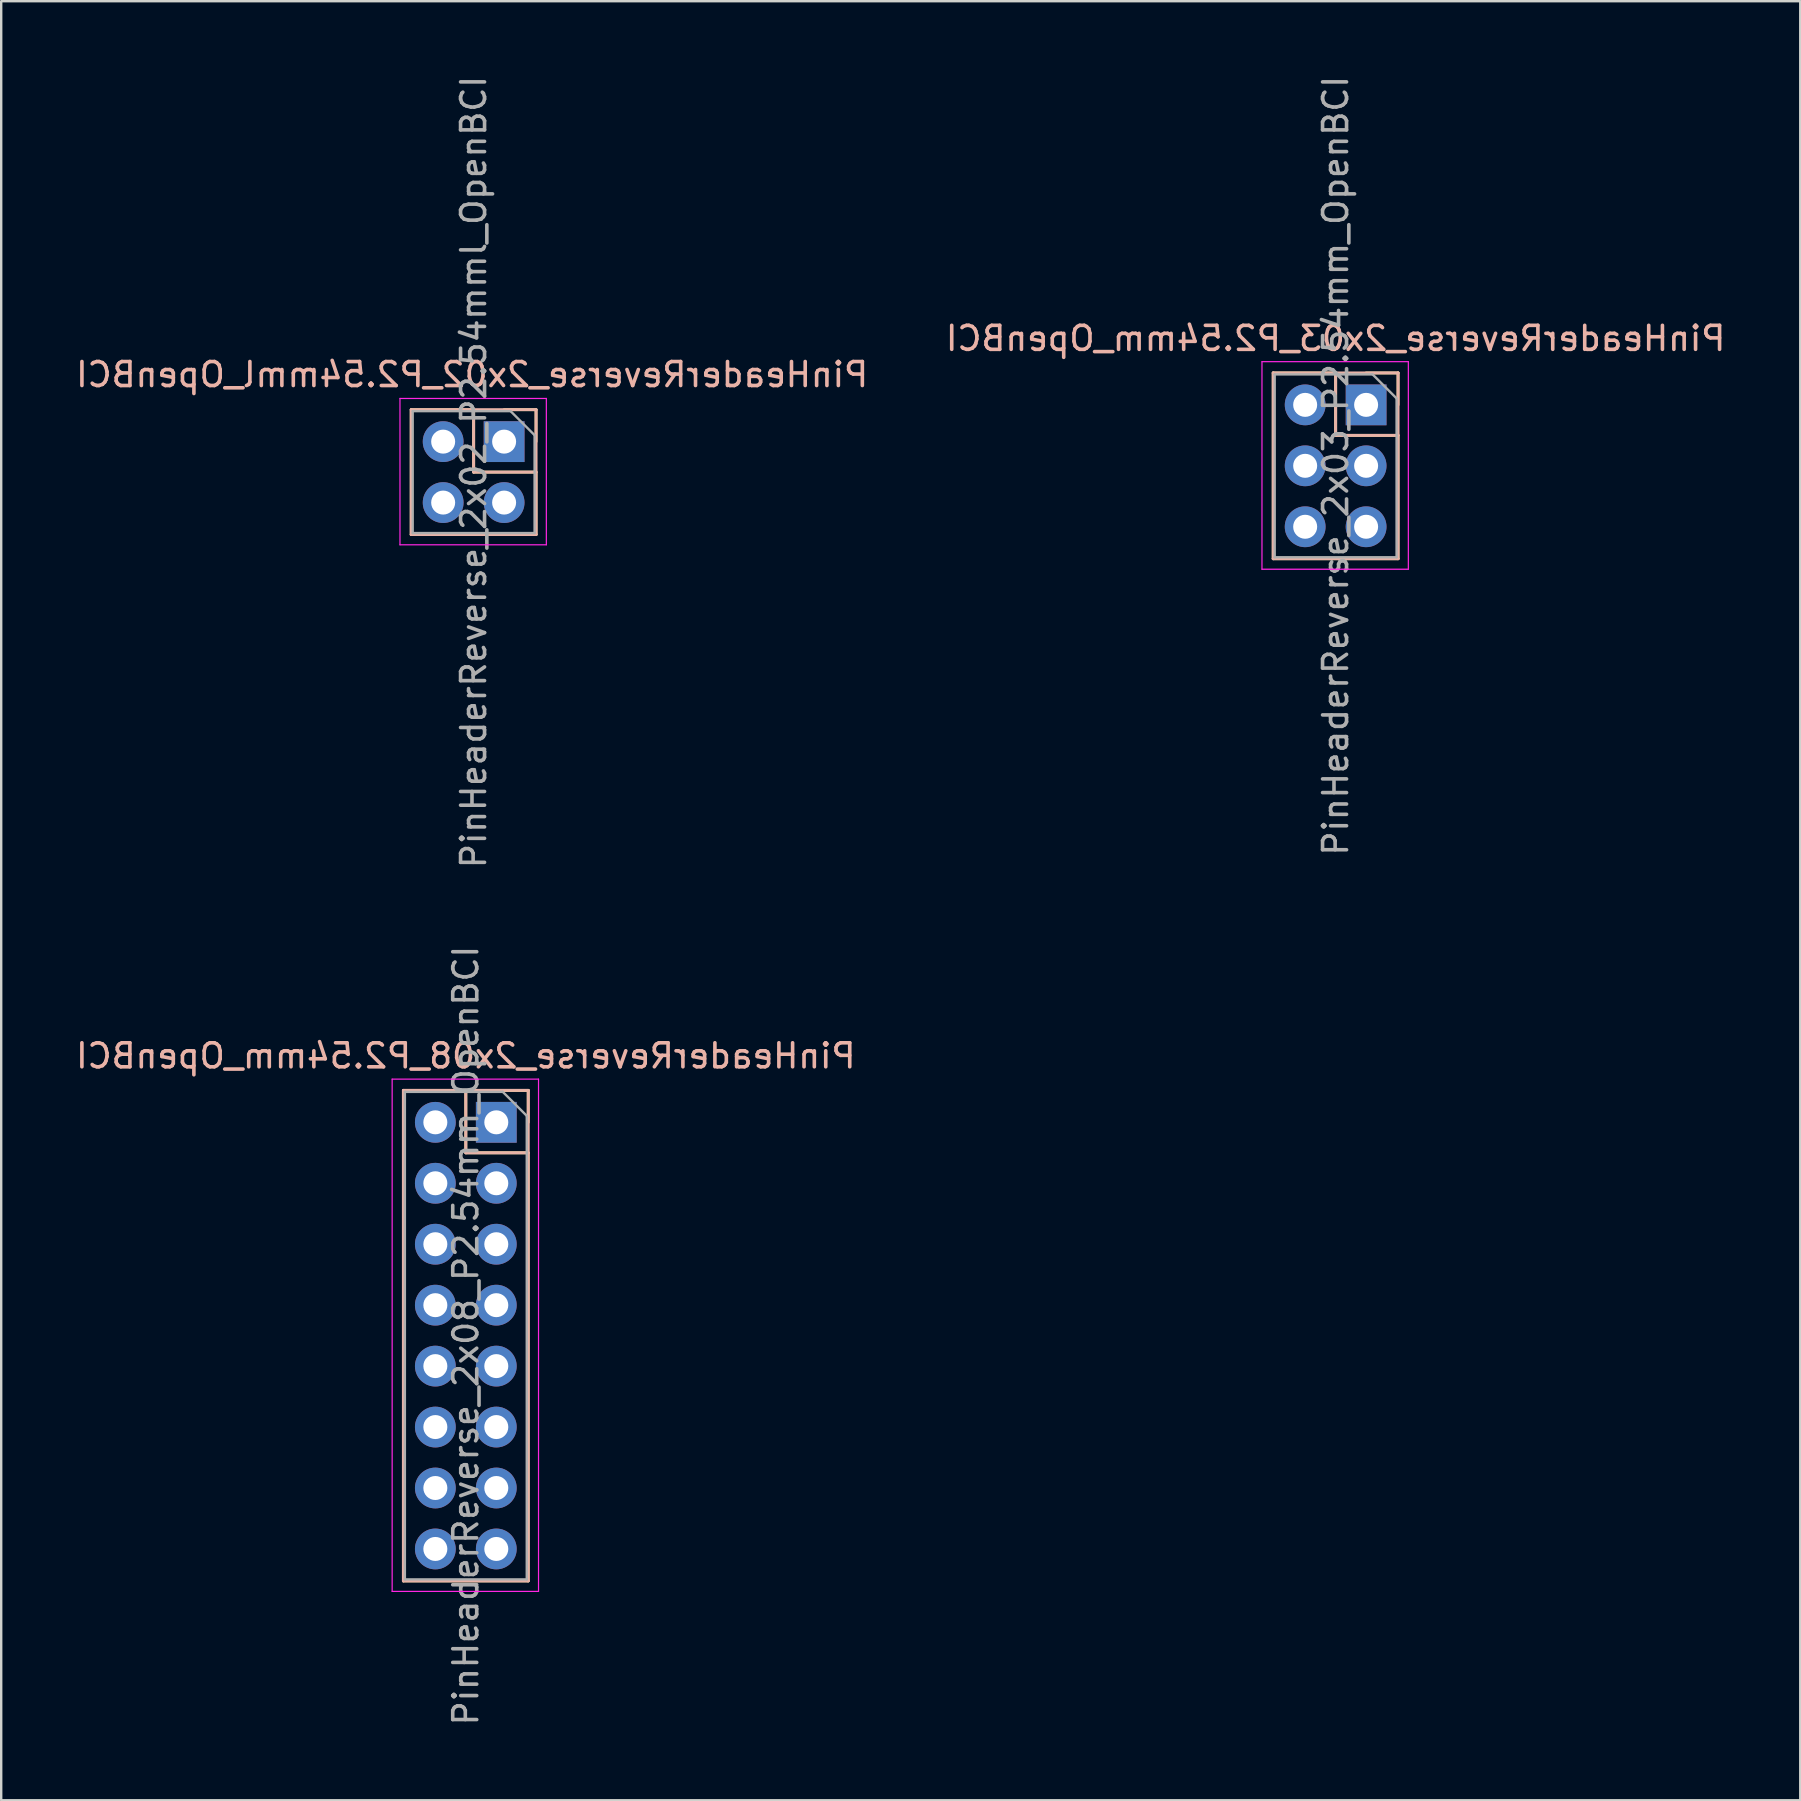
<source format=kicad_pcb>
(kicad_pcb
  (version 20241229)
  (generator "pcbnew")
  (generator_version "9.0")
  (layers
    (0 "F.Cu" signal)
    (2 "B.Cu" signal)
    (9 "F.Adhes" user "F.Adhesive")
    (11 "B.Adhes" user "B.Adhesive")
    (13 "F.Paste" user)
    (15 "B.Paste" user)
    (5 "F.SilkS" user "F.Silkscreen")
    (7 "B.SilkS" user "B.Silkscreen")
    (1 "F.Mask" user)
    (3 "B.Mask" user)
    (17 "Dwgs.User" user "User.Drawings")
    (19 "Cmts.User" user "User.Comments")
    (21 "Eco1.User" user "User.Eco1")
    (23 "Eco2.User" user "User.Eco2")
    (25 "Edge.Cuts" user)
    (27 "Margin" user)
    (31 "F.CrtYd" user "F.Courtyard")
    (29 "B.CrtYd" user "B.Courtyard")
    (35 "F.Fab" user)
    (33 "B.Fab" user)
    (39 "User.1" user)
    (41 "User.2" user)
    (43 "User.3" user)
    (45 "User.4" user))
  (footprint "PinHeaderReverse_2x02_P2.54mml_OpenBCI"
    (layer "F.Cu")
    (at 17.959 15.355)
    (property "Reference" "PinHeaderReverse_2x02_P2.54mml_OpenBCI" (at -1.333 -2.794 0) (layer "B.SilkS") (effects (font (size 1 1) (thickness 0.15)) (justify mirror)))
    (attr through_hole)
    (fp_line (start -3.87 -1.33) (end -3.87 3.87) (stroke (width 0.12) (type solid)) (layer "F.SilkS"))
    (fp_line (start -3.87 -1.33) (end -1.27 -1.33) (stroke (width 0.12) (type solid)) (layer "F.SilkS"))
    (fp_line (start -3.87 3.87) (end 1.33 3.87) (stroke (width 0.12) (type solid)) (layer "F.SilkS"))
    (fp_line (start -1.27 -1.33) (end -1.27 1.27) (stroke (width 0.12) (type solid)) (layer "F.SilkS"))
    (fp_line (start -1.27 1.27) (end 1.33 1.27) (stroke (width 0.12) (type solid)) (layer "F.SilkS"))
    (fp_line (start 0 -1.33) (end 1.33 -1.33) (stroke (width 0.12) (type solid)) (layer "F.SilkS"))
    (fp_line (start 1.33 -1.33) (end 1.33 0) (stroke (width 0.12) (type solid)) (layer "F.SilkS"))
    (fp_line (start 1.33 1.27) (end 1.33 3.87) (stroke (width 0.12) (type solid)) (layer "F.SilkS"))
    (fp_line (start -3.873 -1.333) (end -3.873 3.873) (stroke (width 0.12) (type solid)) (layer "B.SilkS"))
    (fp_line (start -3.873 3.873) (end 1.333 3.873) (stroke (width 0.12) (type solid)) (layer "B.SilkS"))
    (fp_line (start -1.27 -1.333) (end -1.27 1.27) (stroke (width 0.12) (type solid)) (layer "B.SilkS"))
    (fp_line (start -1.27 1.27) (end 1.333 1.27) (stroke (width 0.12) (type solid)) (layer "B.SilkS"))
    (fp_line (start 1.333 -1.333) (end -3.873 -1.333) (stroke (width 0.12) (type solid)) (layer "B.SilkS"))
    (fp_line (start 1.333 3.873) (end 1.333 -1.333) (stroke (width 0.12) (type solid)) (layer "B.SilkS"))
    (fp_line (start -4.34 -1.8) (end 1.76 -1.8) (stroke (width 0.05) (type solid)) (layer "F.CrtYd"))
    (fp_line (start -4.34 4.3) (end -4.34 -1.8) (stroke (width 0.05) (type solid)) (layer "F.CrtYd"))
    (fp_line (start 1.76 -1.8) (end 1.76 4.3) (stroke (width 0.05) (type solid)) (layer "F.CrtYd"))
    (fp_line (start 1.76 4.3) (end -4.34 4.3) (stroke (width 0.05) (type solid)) (layer "F.CrtYd"))
    (fp_line (start -3.81 -1.27) (end 0.27 -1.27) (stroke (width 0.1) (type solid)) (layer "F.Fab"))
    (fp_line (start -3.81 3.81) (end -3.81 -1.27) (stroke (width 0.1) (type solid)) (layer "F.Fab"))
    (fp_line (start 0.27 -1.27) (end 1.27 -0.27) (stroke (width 0.1) (type solid)) (layer "F.Fab"))
    (fp_line (start 1.27 -0.27) (end 1.27 3.81) (stroke (width 0.1) (type solid)) (layer "F.Fab"))
    (fp_line (start 1.27 3.81) (end -3.81 3.81) (stroke (width 0.1) (type solid)) (layer "F.Fab"))
    (fp_text user "${REFERENCE}" (at -1.27 1.27 90) (layer "F.Fab") (effects (font (size 1 1) (thickness 0.15))))
    (pad "1" thru_hole rect (at 0 0) (size 1.7 1.7) (drill 1) (layers "*.Cu" "*.Mask"))
    (pad "2" thru_hole oval (at -2.54 0) (size 1.7 1.7) (drill 1) (layers "*.Cu" "*.Mask"))
    (pad "3" thru_hole oval (at 0 2.54) (size 1.7 1.7) (drill 1) (layers "*.Cu" "*.Mask"))
    (pad "4" thru_hole oval (at -2.54 2.54) (size 1.7 1.7) (drill 1) (layers "*.Cu" "*.Mask")))
  (footprint "PinHeaderReverse_2x03_P2.54mm_OpenBCI"
    (layer "F.Cu")
    (at 53.883 13.823)
    (property "Reference" "PinHeaderReverse_2x03_P2.54mm_OpenBCI" (at -1.27 -2.77 0) (layer "B.SilkS") (effects (font (size 1 1) (thickness 0.15)) (justify mirror)))
    (attr through_hole)
    (fp_line (start -3.87 -1.33) (end -3.87 6.41) (stroke (width 0.12) (type solid)) (layer "F.SilkS"))
    (fp_line (start -3.87 -1.33) (end -1.27 -1.33) (stroke (width 0.12) (type solid)) (layer "F.SilkS"))
    (fp_line (start -3.87 6.41) (end 1.33 6.41) (stroke (width 0.12) (type solid)) (layer "F.SilkS"))
    (fp_line (start -1.27 -1.33) (end -1.27 1.27) (stroke (width 0.12) (type solid)) (layer "F.SilkS"))
    (fp_line (start -1.27 1.27) (end 1.33 1.27) (stroke (width 0.12) (type solid)) (layer "F.SilkS"))
    (fp_line (start 0 -1.33) (end 1.33 -1.33) (stroke (width 0.12) (type solid)) (layer "F.SilkS"))
    (fp_line (start 1.33 -1.33) (end 1.33 0) (stroke (width 0.12) (type solid)) (layer "F.SilkS"))
    (fp_line (start 1.33 1.27) (end 1.33 6.41) (stroke (width 0.12) (type solid)) (layer "F.SilkS"))
    (fp_line (start -3.873 -1.333) (end 1.333 -1.333) (stroke (width 0.12) (type solid)) (layer "B.SilkS"))
    (fp_line (start -3.873 6.413) (end -3.873 -1.333) (stroke (width 0.12) (type solid)) (layer "B.SilkS"))
    (fp_line (start -1.27 -1.333) (end -1.27 1.27) (stroke (width 0.12) (type solid)) (layer "B.SilkS"))
    (fp_line (start -1.27 1.27) (end 1.333 1.27) (stroke (width 0.12) (type solid)) (layer "B.SilkS"))
    (fp_line (start 1.333 -1.333) (end 1.333 6.413) (stroke (width 0.12) (type solid)) (layer "B.SilkS"))
    (fp_line (start 1.333 6.413) (end -3.873 6.413) (stroke (width 0.12) (type solid)) (layer "B.SilkS"))
    (fp_line (start -4.34 -1.8) (end 1.76 -1.8) (stroke (width 0.05) (type solid)) (layer "F.CrtYd"))
    (fp_line (start -4.34 6.85) (end -4.34 -1.8) (stroke (width 0.05) (type solid)) (layer "F.CrtYd"))
    (fp_line (start 1.76 -1.8) (end 1.76 6.85) (stroke (width 0.05) (type solid)) (layer "F.CrtYd"))
    (fp_line (start 1.76 6.85) (end -4.34 6.85) (stroke (width 0.05) (type solid)) (layer "F.CrtYd"))
    (fp_line (start -3.81 -1.27) (end 0.27 -1.27) (stroke (width 0.1) (type solid)) (layer "F.Fab"))
    (fp_line (start -3.81 6.35) (end -3.81 -1.27) (stroke (width 0.1) (type solid)) (layer "F.Fab"))
    (fp_line (start 0.27 -1.27) (end 1.27 -0.27) (stroke (width 0.1) (type solid)) (layer "F.Fab"))
    (fp_line (start 1.27 -0.27) (end 1.27 6.35) (stroke (width 0.1) (type solid)) (layer "F.Fab"))
    (fp_line (start 1.27 6.35) (end -3.81 6.35) (stroke (width 0.1) (type solid)) (layer "F.Fab"))
    (fp_text user "${REFERENCE}" (at -1.27 2.54 90) (layer "F.Fab") (effects (font (size 1 1) (thickness 0.15))))
    (pad "1" thru_hole rect (at 0 0) (size 1.7 1.7) (drill 1) (layers "*.Cu" "*.Mask"))
    (pad "2" thru_hole oval (at -2.54 0) (size 1.7 1.7) (drill 1) (layers "*.Cu" "*.Mask"))
    (pad "3" thru_hole oval (at 0 2.54) (size 1.7 1.7) (drill 1) (layers "*.Cu" "*.Mask"))
    (pad "4" thru_hole oval (at -2.54 2.54) (size 1.7 1.7) (drill 1) (layers "*.Cu" "*.Mask"))
    (pad "5" thru_hole oval (at 0 5.08) (size 1.7 1.7) (drill 1) (layers "*.Cu" "*.Mask"))
    (pad "6" thru_hole oval (at -2.54 5.08) (size 1.7 1.7) (drill 1) (layers "*.Cu" "*.Mask")))
  (footprint "PinHeaderReverse_2x08_P2.54mm_OpenBCI"
    (layer "F.Cu")
    (at 17.633 43.723)
    (property "Reference" "PinHeaderReverse_2x08_P2.54mm_OpenBCI" (at -1.27 -2.77 0) (layer "B.SilkS") (effects (font (size 1 1) (thickness 0.15)) (justify mirror)))
    (attr through_hole)
    (fp_line (start -3.87 -1.33) (end -3.87 19.11) (stroke (width 0.12) (type solid)) (layer "F.SilkS"))
    (fp_line (start -3.87 -1.33) (end -1.27 -1.33) (stroke (width 0.12) (type solid)) (layer "F.SilkS"))
    (fp_line (start -3.87 19.11) (end 1.33 19.11) (stroke (width 0.12) (type solid)) (layer "F.SilkS"))
    (fp_line (start -1.27 -1.33) (end -1.27 1.27) (stroke (width 0.12) (type solid)) (layer "F.SilkS"))
    (fp_line (start -1.27 1.27) (end 1.33 1.27) (stroke (width 0.12) (type solid)) (layer "F.SilkS"))
    (fp_line (start 0 -1.33) (end 1.33 -1.33) (stroke (width 0.12) (type solid)) (layer "F.SilkS"))
    (fp_line (start 1.33 -1.33) (end 1.33 0) (stroke (width 0.12) (type solid)) (layer "F.SilkS"))
    (fp_line (start 1.33 1.27) (end 1.33 19.11) (stroke (width 0.12) (type solid)) (layer "F.SilkS"))
    (fp_line (start -3.873 -1.333) (end 1.333 -1.333) (stroke (width 0.12) (type solid)) (layer "B.SilkS"))
    (fp_line (start -3.873 19.113) (end -3.873 -1.333) (stroke (width 0.12) (type solid)) (layer "B.SilkS"))
    (fp_line (start -1.27 -1.333) (end -1.27 1.27) (stroke (width 0.12) (type solid)) (layer "B.SilkS"))
    (fp_line (start -1.27 1.27) (end 1.333 1.27) (stroke (width 0.12) (type solid)) (layer "B.SilkS"))
    (fp_line (start 1.333 -1.333) (end 1.333 19.113) (stroke (width 0.12) (type solid)) (layer "B.SilkS"))
    (fp_line (start 1.333 19.113) (end -3.873 19.113) (stroke (width 0.12) (type solid)) (layer "B.SilkS"))
    (fp_line (start -4.34 -1.8) (end 1.76 -1.8) (stroke (width 0.05) (type solid)) (layer "F.CrtYd"))
    (fp_line (start -4.34 19.55) (end -4.34 -1.8) (stroke (width 0.05) (type solid)) (layer "F.CrtYd"))
    (fp_line (start 1.76 -1.8) (end 1.76 19.55) (stroke (width 0.05) (type solid)) (layer "F.CrtYd"))
    (fp_line (start 1.76 19.55) (end -4.34 19.55) (stroke (width 0.05) (type solid)) (layer "F.CrtYd"))
    (fp_line (start -3.81 -1.27) (end 0.27 -1.27) (stroke (width 0.1) (type solid)) (layer "F.Fab"))
    (fp_line (start -3.81 19.05) (end -3.81 -1.27) (stroke (width 0.1) (type solid)) (layer "F.Fab"))
    (fp_line (start 0.27 -1.27) (end 1.27 -0.27) (stroke (width 0.1) (type solid)) (layer "F.Fab"))
    (fp_line (start 1.27 -0.27) (end 1.27 19.05) (stroke (width 0.1) (type solid)) (layer "F.Fab"))
    (fp_line (start 1.27 19.05) (end -3.81 19.05) (stroke (width 0.1) (type solid)) (layer "F.Fab"))
    (fp_text user "${REFERENCE}" (at -1.27 8.89 90) (layer "F.Fab") (effects (font (size 1 1) (thickness 0.15))))
    (pad "1" thru_hole rect (at 0 0) (size 1.7 1.7) (drill 1) (layers "*.Cu" "*.Mask"))
    (pad "2" thru_hole oval (at -2.54 0) (size 1.7 1.7) (drill 1) (layers "*.Cu" "*.Mask"))
    (pad "3" thru_hole oval (at 0 2.54) (size 1.7 1.7) (drill 1) (layers "*.Cu" "*.Mask"))
    (pad "4" thru_hole oval (at -2.54 2.54) (size 1.7 1.7) (drill 1) (layers "*.Cu" "*.Mask"))
    (pad "5" thru_hole oval (at 0 5.08) (size 1.7 1.7) (drill 1) (layers "*.Cu" "*.Mask"))
    (pad "6" thru_hole oval (at -2.54 5.08) (size 1.7 1.7) (drill 1) (layers "*.Cu" "*.Mask"))
    (pad "7" thru_hole oval (at 0 7.62) (size 1.7 1.7) (drill 1) (layers "*.Cu" "*.Mask"))
    (pad "8" thru_hole oval (at -2.54 7.62) (size 1.7 1.7) (drill 1) (layers "*.Cu" "*.Mask"))
    (pad "9" thru_hole oval (at 0 10.16) (size 1.7 1.7) (drill 1) (layers "*.Cu" "*.Mask"))
    (pad "10" thru_hole oval (at -2.54 10.16) (size 1.7 1.7) (drill 1) (layers "*.Cu" "*.Mask"))
    (pad "11" thru_hole oval (at 0 12.7) (size 1.7 1.7) (drill 1) (layers "*.Cu" "*.Mask"))
    (pad "12" thru_hole oval (at -2.54 12.7) (size 1.7 1.7) (drill 1) (layers "*.Cu" "*.Mask"))
    (pad "13" thru_hole oval (at 0 15.24) (size 1.7 1.7) (drill 1) (layers "*.Cu" "*.Mask"))
    (pad "14" thru_hole oval (at -2.54 15.24) (size 1.7 1.7) (drill 1) (layers "*.Cu" "*.Mask"))
    (pad "15" thru_hole oval (at 0 17.78) (size 1.7 1.7) (drill 1) (layers "*.Cu" "*.Mask"))
    (pad "16" thru_hole oval (at -2.54 17.78) (size 1.7 1.7) (drill 1) (layers "*.Cu" "*.Mask")))
  (gr_rect
    (start -3 -3)
    (end 71.976 71.976)
    (stroke (width 0.1) (type default))
    (fill no)
    (layer "Edge.Cuts")))
</source>
